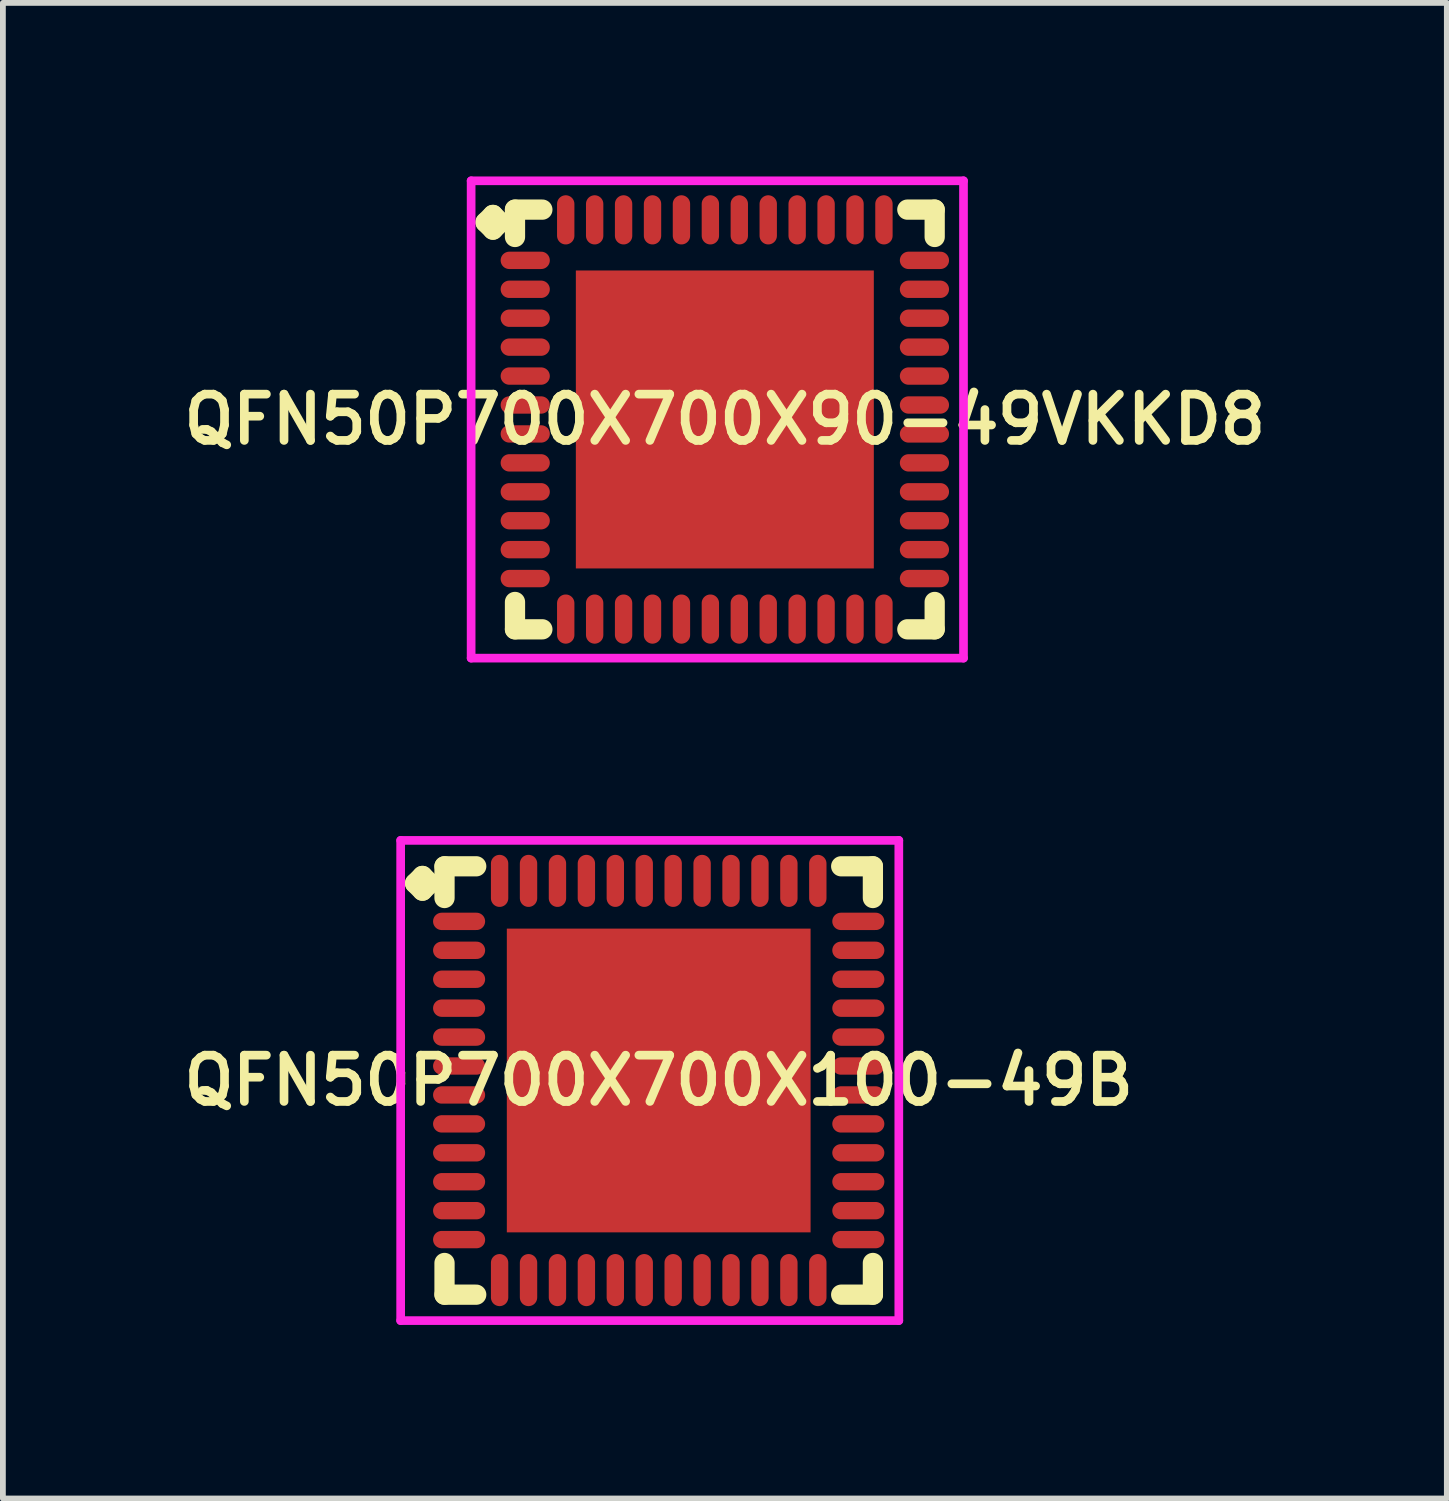
<source format=kicad_pcb>
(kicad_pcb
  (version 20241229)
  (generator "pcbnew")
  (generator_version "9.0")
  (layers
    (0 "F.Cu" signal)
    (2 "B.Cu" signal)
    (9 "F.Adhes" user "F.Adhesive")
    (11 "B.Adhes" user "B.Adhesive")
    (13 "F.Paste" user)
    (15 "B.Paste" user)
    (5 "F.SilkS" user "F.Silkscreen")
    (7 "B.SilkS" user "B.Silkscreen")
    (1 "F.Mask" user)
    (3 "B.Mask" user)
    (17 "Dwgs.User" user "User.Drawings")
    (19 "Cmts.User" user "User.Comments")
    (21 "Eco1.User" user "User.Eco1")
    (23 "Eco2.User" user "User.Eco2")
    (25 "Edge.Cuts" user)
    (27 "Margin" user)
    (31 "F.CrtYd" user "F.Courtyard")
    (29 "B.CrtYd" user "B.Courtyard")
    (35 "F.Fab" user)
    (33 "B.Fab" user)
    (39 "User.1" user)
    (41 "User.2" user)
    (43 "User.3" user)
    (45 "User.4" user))
  (footprint "QFN50P700X700X90-49VKKD8"
    (layer "F.Cu")
    (at 9.478 4.2)
    (property "Reference" "QFN50P700X700X90-49VKKD8" (at 0 0 0) (layer "F.SilkS") (effects (font (size 0.8 0.8) (thickness 0.15))))
    (attr smd)
    (fp_line (start -4.135 -3.408) (end -4.008 -3.535) (stroke (width 0.35) (type solid)) (layer "F.SilkS"))
    (fp_line (start -4.008 -3.535) (end -3.881 -3.408) (stroke (width 0.35) (type solid)) (layer "F.SilkS"))
    (fp_line (start -4.008 -3.281) (end -4.135 -3.408) (stroke (width 0.35) (type solid)) (layer "F.SilkS"))
    (fp_line (start -3.881 -3.408) (end -4.008 -3.281) (stroke (width 0.35) (type solid)) (layer "F.SilkS"))
    (fp_line (start -3.627 -3.627) (end -3.154 -3.627) (stroke (width 0.35) (type solid)) (layer "F.SilkS"))
    (fp_line (start -3.627 -3.154) (end -3.627 -3.627) (stroke (width 0.35) (type solid)) (layer "F.SilkS"))
    (fp_line (start -3.627 3.154) (end -3.627 3.627) (stroke (width 0.35) (type solid)) (layer "F.SilkS"))
    (fp_line (start -3.627 3.627) (end -3.154 3.627) (stroke (width 0.35) (type solid)) (layer "F.SilkS"))
    (fp_line (start 3.154 -3.627) (end 3.627 -3.627) (stroke (width 0.35) (type solid)) (layer "F.SilkS"))
    (fp_line (start 3.154 3.627) (end 3.627 3.627) (stroke (width 0.35) (type solid)) (layer "F.SilkS"))
    (fp_line (start 3.627 -3.627) (end 3.627 -3.154) (stroke (width 0.35) (type solid)) (layer "F.SilkS"))
    (fp_line (start 3.627 3.627) (end 3.627 3.154) (stroke (width 0.35) (type solid)) (layer "F.SilkS"))
    (fp_line (start -4.385 -4.125) (end 4.125 -4.125) (stroke (width 0.15) (type solid)) (layer "F.CrtYd"))
    (fp_line (start -4.385 4.125) (end -4.385 -4.125) (stroke (width 0.15) (type solid)) (layer "F.CrtYd"))
    (fp_line (start 4.125 -4.125) (end 4.125 4.125) (stroke (width 0.15) (type solid)) (layer "F.CrtYd"))
    (fp_line (start 4.125 4.125) (end -4.385 4.125) (stroke (width 0.15) (type solid)) (layer "F.CrtYd"))
    (pad "1" smd oval (at -3.45 -2.75) (size 0.85 0.3) (layers "F.Cu" "F.Mask" "F.Paste"))
    (pad "2" smd oval (at -3.45 -2.25) (size 0.85 0.3) (layers "F.Cu" "F.Mask" "F.Paste"))
    (pad "3" smd oval (at -3.45 -1.75) (size 0.85 0.3) (layers "F.Cu" "F.Mask" "F.Paste"))
    (pad "4" smd oval (at -3.45 -1.25) (size 0.85 0.3) (layers "F.Cu" "F.Mask" "F.Paste"))
    (pad "5" smd oval (at -3.45 -0.75) (size 0.85 0.3) (layers "F.Cu" "F.Mask" "F.Paste"))
    (pad "6" smd oval (at -3.45 -0.25) (size 0.85 0.3) (layers "F.Cu" "F.Mask" "F.Paste"))
    (pad "7" smd oval (at -3.45 0.25) (size 0.85 0.3) (layers "F.Cu" "F.Mask" "F.Paste"))
    (pad "8" smd oval (at -3.45 0.75) (size 0.85 0.3) (layers "F.Cu" "F.Mask" "F.Paste"))
    (pad "9" smd oval (at -3.45 1.25) (size 0.85 0.3) (layers "F.Cu" "F.Mask" "F.Paste"))
    (pad "10" smd oval (at -3.45 1.75) (size 0.85 0.3) (layers "F.Cu" "F.Mask" "F.Paste"))
    (pad "11" smd oval (at -3.45 2.25) (size 0.85 0.3) (layers "F.Cu" "F.Mask" "F.Paste"))
    (pad "12" smd oval (at -3.45 2.75) (size 0.85 0.3) (layers "F.Cu" "F.Mask" "F.Paste"))
    (pad "13" smd oval (at -2.75 3.45) (size 0.3 0.85) (layers "F.Cu" "F.Mask" "F.Paste"))
    (pad "14" smd oval (at -2.25 3.45) (size 0.3 0.85) (layers "F.Cu" "F.Mask" "F.Paste"))
    (pad "15" smd oval (at -1.75 3.45) (size 0.3 0.85) (layers "F.Cu" "F.Mask" "F.Paste"))
    (pad "16" smd oval (at -1.25 3.45) (size 0.3 0.85) (layers "F.Cu" "F.Mask" "F.Paste"))
    (pad "17" smd oval (at -0.75 3.45) (size 0.3 0.85) (layers "F.Cu" "F.Mask" "F.Paste"))
    (pad "18" smd oval (at -0.25 3.45) (size 0.3 0.85) (layers "F.Cu" "F.Mask" "F.Paste"))
    (pad "19" smd oval (at 0.25 3.45) (size 0.3 0.85) (layers "F.Cu" "F.Mask" "F.Paste"))
    (pad "20" smd oval (at 0.75 3.45) (size 0.3 0.85) (layers "F.Cu" "F.Mask" "F.Paste"))
    (pad "21" smd oval (at 1.25 3.45) (size 0.3 0.85) (layers "F.Cu" "F.Mask" "F.Paste"))
    (pad "22" smd oval (at 1.75 3.45) (size 0.3 0.85) (layers "F.Cu" "F.Mask" "F.Paste"))
    (pad "23" smd oval (at 2.25 3.45) (size 0.3 0.85) (layers "F.Cu" "F.Mask" "F.Paste"))
    (pad "24" smd oval (at 2.75 3.45) (size 0.3 0.85) (layers "F.Cu" "F.Mask" "F.Paste"))
    (pad "25" smd oval (at 3.45 2.75) (size 0.85 0.3) (layers "F.Cu" "F.Mask" "F.Paste"))
    (pad "26" smd oval (at 3.45 2.25) (size 0.85 0.3) (layers "F.Cu" "F.Mask" "F.Paste"))
    (pad "27" smd oval (at 3.45 1.75) (size 0.85 0.3) (layers "F.Cu" "F.Mask" "F.Paste"))
    (pad "28" smd oval (at 3.45 1.25) (size 0.85 0.3) (layers "F.Cu" "F.Mask" "F.Paste"))
    (pad "29" smd oval (at 3.45 0.75) (size 0.85 0.3) (layers "F.Cu" "F.Mask" "F.Paste"))
    (pad "30" smd oval (at 3.45 0.25) (size 0.85 0.3) (layers "F.Cu" "F.Mask" "F.Paste"))
    (pad "31" smd oval (at 3.45 -0.25) (size 0.85 0.3) (layers "F.Cu" "F.Mask" "F.Paste"))
    (pad "32" smd oval (at 3.45 -0.75) (size 0.85 0.3) (layers "F.Cu" "F.Mask" "F.Paste"))
    (pad "33" smd oval (at 3.45 -1.25) (size 0.85 0.3) (layers "F.Cu" "F.Mask" "F.Paste"))
    (pad "34" smd oval (at 3.45 -1.75) (size 0.85 0.3) (layers "F.Cu" "F.Mask" "F.Paste"))
    (pad "35" smd oval (at 3.45 -2.25) (size 0.85 0.3) (layers "F.Cu" "F.Mask" "F.Paste"))
    (pad "36" smd oval (at 3.45 -2.75) (size 0.85 0.3) (layers "F.Cu" "F.Mask" "F.Paste"))
    (pad "37" smd oval (at 2.75 -3.45) (size 0.3 0.85) (layers "F.Cu" "F.Mask" "F.Paste"))
    (pad "38" smd oval (at 2.25 -3.45) (size 0.3 0.85) (layers "F.Cu" "F.Mask" "F.Paste"))
    (pad "39" smd oval (at 1.75 -3.45) (size 0.3 0.85) (layers "F.Cu" "F.Mask" "F.Paste"))
    (pad "40" smd oval (at 1.25 -3.45) (size 0.3 0.85) (layers "F.Cu" "F.Mask" "F.Paste"))
    (pad "41" smd oval (at 0.75 -3.45) (size 0.3 0.85) (layers "F.Cu" "F.Mask" "F.Paste"))
    (pad "42" smd oval (at 0.25 -3.45) (size 0.3 0.85) (layers "F.Cu" "F.Mask" "F.Paste"))
    (pad "43" smd oval (at -0.25 -3.45) (size 0.3 0.85) (layers "F.Cu" "F.Mask" "F.Paste"))
    (pad "44" smd oval (at -0.75 -3.45) (size 0.3 0.85) (layers "F.Cu" "F.Mask" "F.Paste"))
    (pad "45" smd oval (at -1.25 -3.45) (size 0.3 0.85) (layers "F.Cu" "F.Mask" "F.Paste"))
    (pad "46" smd oval (at -1.75 -3.45) (size 0.3 0.85) (layers "F.Cu" "F.Mask" "F.Paste"))
    (pad "47" smd oval (at -2.25 -3.45) (size 0.3 0.85) (layers "F.Cu" "F.Mask" "F.Paste"))
    (pad "48" smd oval (at -2.75 -3.45) (size 0.3 0.85) (layers "F.Cu" "F.Mask" "F.Paste"))
    (pad "49" smd rect (at 0 0) (size 5.15 5.15) (layers "F.Cu" "F.Mask" "F.Paste")))
  (footprint "QFN50P700X700X100-49B"
    (layer "F.Cu")
    (at 8.335 15.625)
    (property "Reference" "QFN50P700X700X100-49B" (at 0 0 0) (layer "F.SilkS") (effects (font (size 0.8 0.8) (thickness 0.15))))
    (attr smd)
    (fp_line (start -4.21 -3.408) (end -4.083 -3.535) (stroke (width 0.35) (type solid)) (layer "F.SilkS"))
    (fp_line (start -4.083 -3.535) (end -3.956 -3.408) (stroke (width 0.35) (type solid)) (layer "F.SilkS"))
    (fp_line (start -4.083 -3.281) (end -4.21 -3.408) (stroke (width 0.35) (type solid)) (layer "F.SilkS"))
    (fp_line (start -3.956 -3.408) (end -4.083 -3.281) (stroke (width 0.35) (type solid)) (layer "F.SilkS"))
    (fp_line (start -3.702 -3.702) (end -3.154 -3.702) (stroke (width 0.35) (type solid)) (layer "F.SilkS"))
    (fp_line (start -3.702 -3.154) (end -3.702 -3.702) (stroke (width 0.35) (type solid)) (layer "F.SilkS"))
    (fp_line (start -3.702 3.154) (end -3.702 3.702) (stroke (width 0.35) (type solid)) (layer "F.SilkS"))
    (fp_line (start -3.702 3.702) (end -3.154 3.702) (stroke (width 0.35) (type solid)) (layer "F.SilkS"))
    (fp_line (start 3.154 -3.702) (end 3.702 -3.702) (stroke (width 0.35) (type solid)) (layer "F.SilkS"))
    (fp_line (start 3.154 3.702) (end 3.702 3.702) (stroke (width 0.35) (type solid)) (layer "F.SilkS"))
    (fp_line (start 3.702 -3.702) (end 3.702 -3.154) (stroke (width 0.35) (type solid)) (layer "F.SilkS"))
    (fp_line (start 3.702 3.702) (end 3.702 3.154) (stroke (width 0.35) (type solid)) (layer "F.SilkS"))
    (fp_line (start -4.46 -4.15) (end 4.15 -4.15) (stroke (width 0.15) (type solid)) (layer "F.CrtYd"))
    (fp_line (start -4.46 4.15) (end -4.46 -4.15) (stroke (width 0.15) (type solid)) (layer "F.CrtYd"))
    (fp_line (start 4.15 -4.15) (end 4.15 4.15) (stroke (width 0.15) (type solid)) (layer "F.CrtYd"))
    (fp_line (start 4.15 4.15) (end -4.46 4.15) (stroke (width 0.15) (type solid)) (layer "F.CrtYd"))
    (pad "1" smd oval (at -3.45 -2.75) (size 0.9 0.3) (layers "F.Cu" "F.Mask" "F.Paste"))
    (pad "2" smd oval (at -3.45 -2.25) (size 0.9 0.3) (layers "F.Cu" "F.Mask" "F.Paste"))
    (pad "3" smd oval (at -3.45 -1.75) (size 0.9 0.3) (layers "F.Cu" "F.Mask" "F.Paste"))
    (pad "4" smd oval (at -3.45 -1.25) (size 0.9 0.3) (layers "F.Cu" "F.Mask" "F.Paste"))
    (pad "5" smd oval (at -3.45 -0.75) (size 0.9 0.3) (layers "F.Cu" "F.Mask" "F.Paste"))
    (pad "6" smd oval (at -3.45 -0.25) (size 0.9 0.3) (layers "F.Cu" "F.Mask" "F.Paste"))
    (pad "7" smd oval (at -3.45 0.25) (size 0.9 0.3) (layers "F.Cu" "F.Mask" "F.Paste"))
    (pad "8" smd oval (at -3.45 0.75) (size 0.9 0.3) (layers "F.Cu" "F.Mask" "F.Paste"))
    (pad "9" smd oval (at -3.45 1.25) (size 0.9 0.3) (layers "F.Cu" "F.Mask" "F.Paste"))
    (pad "10" smd oval (at -3.45 1.75) (size 0.9 0.3) (layers "F.Cu" "F.Mask" "F.Paste"))
    (pad "11" smd oval (at -3.45 2.25) (size 0.9 0.3) (layers "F.Cu" "F.Mask" "F.Paste"))
    (pad "12" smd oval (at -3.45 2.75) (size 0.9 0.3) (layers "F.Cu" "F.Mask" "F.Paste"))
    (pad "13" smd oval (at -2.75 3.45) (size 0.3 0.9) (layers "F.Cu" "F.Mask" "F.Paste"))
    (pad "14" smd oval (at -2.25 3.45) (size 0.3 0.9) (layers "F.Cu" "F.Mask" "F.Paste"))
    (pad "15" smd oval (at -1.75 3.45) (size 0.3 0.9) (layers "F.Cu" "F.Mask" "F.Paste"))
    (pad "16" smd oval (at -1.25 3.45) (size 0.3 0.9) (layers "F.Cu" "F.Mask" "F.Paste"))
    (pad "17" smd oval (at -0.75 3.45) (size 0.3 0.9) (layers "F.Cu" "F.Mask" "F.Paste"))
    (pad "18" smd oval (at -0.25 3.45) (size 0.3 0.9) (layers "F.Cu" "F.Mask" "F.Paste"))
    (pad "19" smd oval (at 0.25 3.45) (size 0.3 0.9) (layers "F.Cu" "F.Mask" "F.Paste"))
    (pad "20" smd oval (at 0.75 3.45) (size 0.3 0.9) (layers "F.Cu" "F.Mask" "F.Paste"))
    (pad "21" smd oval (at 1.25 3.45) (size 0.3 0.9) (layers "F.Cu" "F.Mask" "F.Paste"))
    (pad "22" smd oval (at 1.75 3.45) (size 0.3 0.9) (layers "F.Cu" "F.Mask" "F.Paste"))
    (pad "23" smd oval (at 2.25 3.45) (size 0.3 0.9) (layers "F.Cu" "F.Mask" "F.Paste"))
    (pad "24" smd oval (at 2.75 3.45) (size 0.3 0.9) (layers "F.Cu" "F.Mask" "F.Paste"))
    (pad "25" smd oval (at 3.45 2.75) (size 0.9 0.3) (layers "F.Cu" "F.Mask" "F.Paste"))
    (pad "26" smd oval (at 3.45 2.25) (size 0.9 0.3) (layers "F.Cu" "F.Mask" "F.Paste"))
    (pad "27" smd oval (at 3.45 1.75) (size 0.9 0.3) (layers "F.Cu" "F.Mask" "F.Paste"))
    (pad "28" smd oval (at 3.45 1.25) (size 0.9 0.3) (layers "F.Cu" "F.Mask" "F.Paste"))
    (pad "29" smd oval (at 3.45 0.75) (size 0.9 0.3) (layers "F.Cu" "F.Mask" "F.Paste"))
    (pad "30" smd oval (at 3.45 0.25) (size 0.9 0.3) (layers "F.Cu" "F.Mask" "F.Paste"))
    (pad "31" smd oval (at 3.45 -0.25) (size 0.9 0.3) (layers "F.Cu" "F.Mask" "F.Paste"))
    (pad "32" smd oval (at 3.45 -0.75) (size 0.9 0.3) (layers "F.Cu" "F.Mask" "F.Paste"))
    (pad "33" smd oval (at 3.45 -1.25) (size 0.9 0.3) (layers "F.Cu" "F.Mask" "F.Paste"))
    (pad "34" smd oval (at 3.45 -1.75) (size 0.9 0.3) (layers "F.Cu" "F.Mask" "F.Paste"))
    (pad "35" smd oval (at 3.45 -2.25) (size 0.9 0.3) (layers "F.Cu" "F.Mask" "F.Paste"))
    (pad "36" smd oval (at 3.45 -2.75) (size 0.9 0.3) (layers "F.Cu" "F.Mask" "F.Paste"))
    (pad "37" smd oval (at 2.75 -3.45) (size 0.3 0.9) (layers "F.Cu" "F.Mask" "F.Paste"))
    (pad "38" smd oval (at 2.25 -3.45) (size 0.3 0.9) (layers "F.Cu" "F.Mask" "F.Paste"))
    (pad "39" smd oval (at 1.75 -3.45) (size 0.3 0.9) (layers "F.Cu" "F.Mask" "F.Paste"))
    (pad "40" smd oval (at 1.25 -3.45) (size 0.3 0.9) (layers "F.Cu" "F.Mask" "F.Paste"))
    (pad "41" smd oval (at 0.75 -3.45) (size 0.3 0.9) (layers "F.Cu" "F.Mask" "F.Paste"))
    (pad "42" smd oval (at 0.25 -3.45) (size 0.3 0.9) (layers "F.Cu" "F.Mask" "F.Paste"))
    (pad "43" smd oval (at -0.25 -3.45) (size 0.3 0.9) (layers "F.Cu" "F.Mask" "F.Paste"))
    (pad "44" smd oval (at -0.75 -3.45) (size 0.3 0.9) (layers "F.Cu" "F.Mask" "F.Paste"))
    (pad "45" smd oval (at -1.25 -3.45) (size 0.3 0.9) (layers "F.Cu" "F.Mask" "F.Paste"))
    (pad "46" smd oval (at -1.75 -3.45) (size 0.3 0.9) (layers "F.Cu" "F.Mask" "F.Paste"))
    (pad "47" smd oval (at -2.25 -3.45) (size 0.3 0.9) (layers "F.Cu" "F.Mask" "F.Paste"))
    (pad "48" smd oval (at -2.75 -3.45) (size 0.3 0.9) (layers "F.Cu" "F.Mask" "F.Paste"))
    (pad "49" smd rect (at 0 0) (size 5.25 5.25) (layers "F.Cu" "F.Mask" "F.Paste")))
  (gr_rect
    (start -3 -3)
    (end 21.957 22.85)
    (stroke (width 0.1) (type default))
    (fill no)
    (layer "Edge.Cuts")))
</source>
